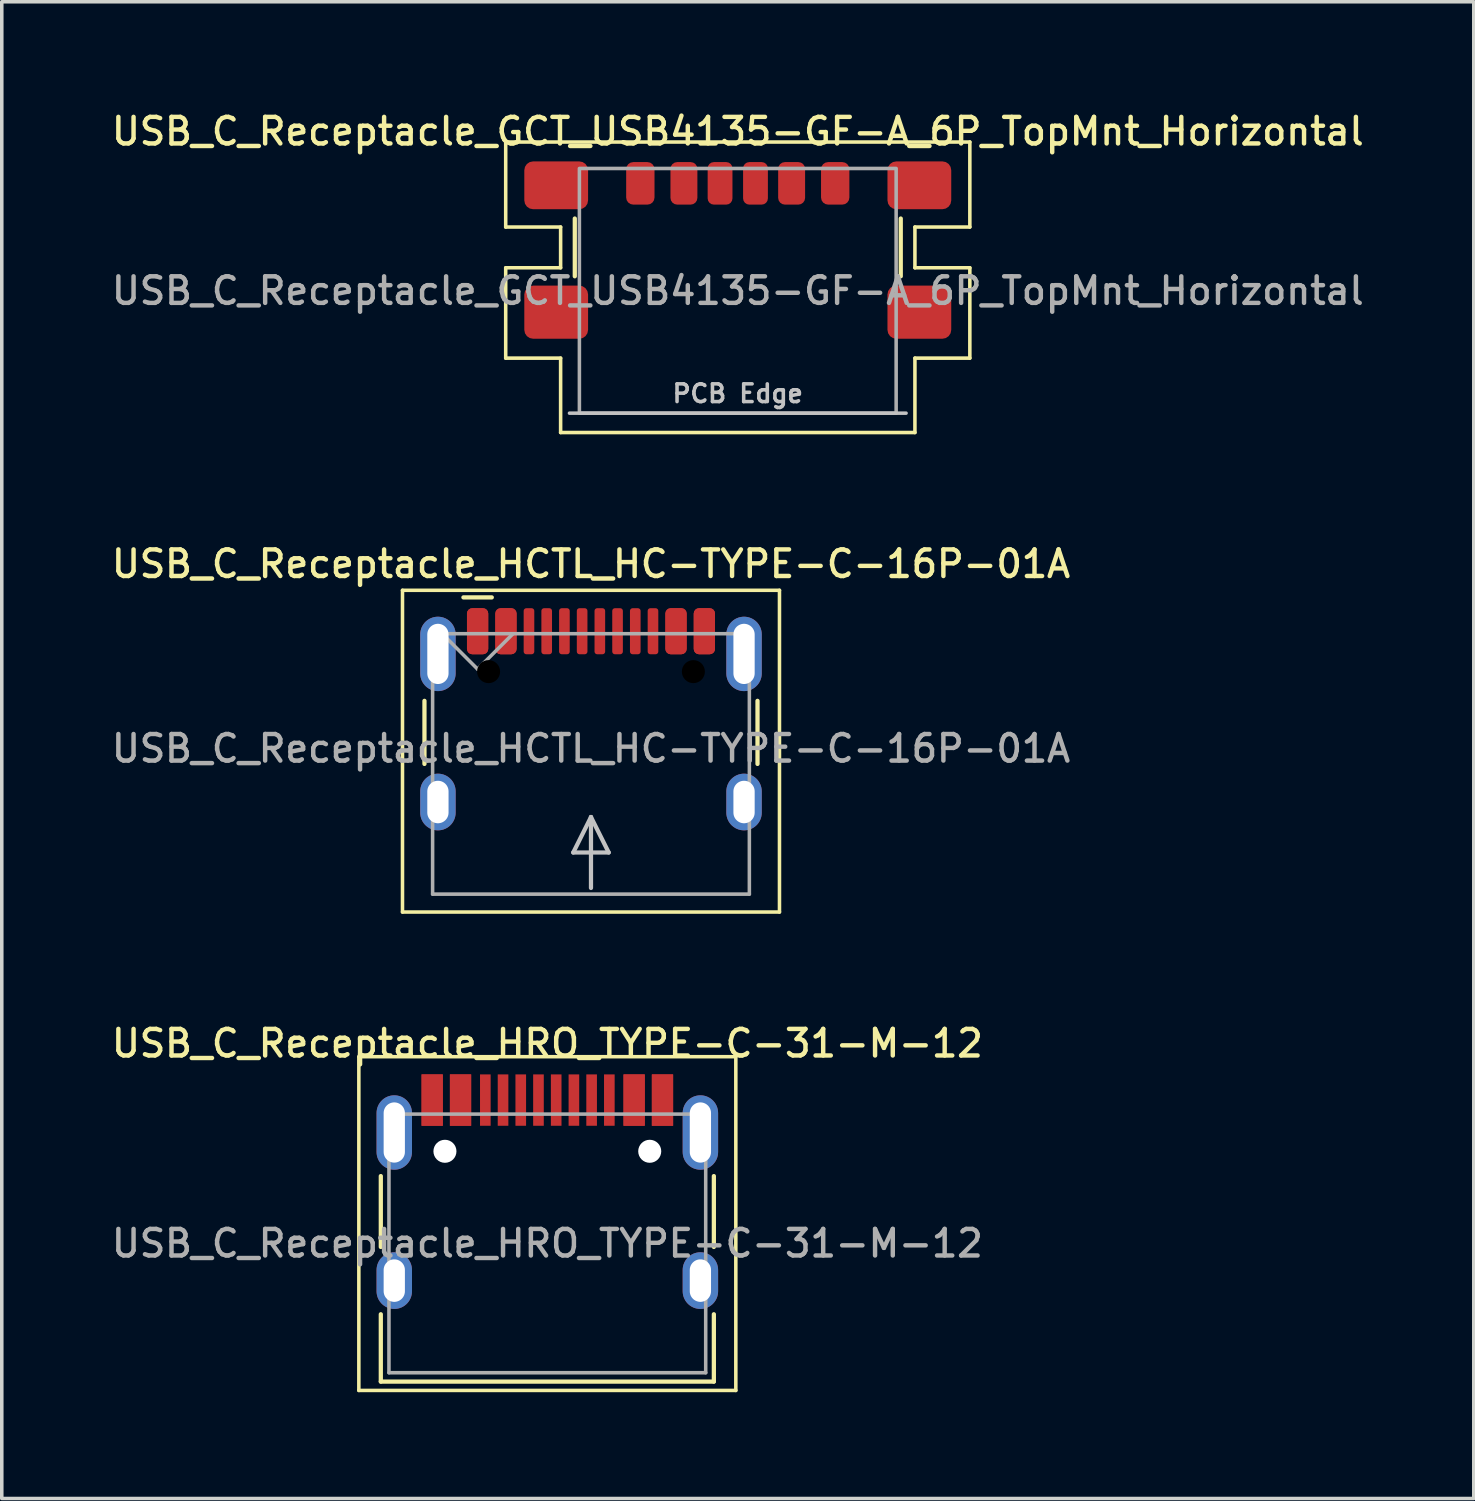
<source format=kicad_pcb>
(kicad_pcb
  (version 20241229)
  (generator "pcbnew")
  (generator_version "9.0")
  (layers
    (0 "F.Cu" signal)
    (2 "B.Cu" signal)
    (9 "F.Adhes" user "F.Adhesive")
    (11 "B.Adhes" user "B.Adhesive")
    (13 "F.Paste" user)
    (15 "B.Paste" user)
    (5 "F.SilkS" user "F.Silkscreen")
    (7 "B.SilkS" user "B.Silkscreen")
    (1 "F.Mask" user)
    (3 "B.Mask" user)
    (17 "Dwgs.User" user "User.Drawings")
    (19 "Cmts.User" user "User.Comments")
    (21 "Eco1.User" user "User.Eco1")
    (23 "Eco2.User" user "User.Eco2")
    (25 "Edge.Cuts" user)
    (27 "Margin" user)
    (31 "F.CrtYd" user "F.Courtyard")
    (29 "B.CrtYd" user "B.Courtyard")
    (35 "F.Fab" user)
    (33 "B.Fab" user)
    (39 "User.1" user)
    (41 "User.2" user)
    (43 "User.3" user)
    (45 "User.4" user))
  (footprint "USB_C_Receptacle_HCTL_HC-TYPE-C-16P-01A"
    (layer "F.Cu")
    (at 13.63 18.511)
    (property "Reference" "USB_C_Receptacle_HCTL_HC-TYPE-C-16P-01A" (at 0 -5.645 0) (layer "F.SilkS") (effects (font (size 0.75 0.75) (thickness 0.125))))
    (attr smd)
    (fp_line (start -5.32 -4.9) (end -5.32 4.18) (stroke (width 0.1) (type solid)) (layer "F.SilkS"))
    (fp_line (start -5.32 -4.9) (end 5.32 -4.9) (stroke (width 0.1) (type solid)) (layer "F.SilkS"))
    (fp_line (start -5.32 4.18) (end 5.32 4.18) (stroke (width 0.1) (type solid)) (layer "F.SilkS"))
    (fp_line (start -4.7 -1.78) (end -4.7 0) (stroke (width 0.12) (type solid)) (layer "F.SilkS"))
    (fp_line (start -2.8 -4.7) (end -3.6 -4.7) (stroke (width 0.12) (type default)) (layer "F.SilkS"))
    (fp_line (start 4.7 -1.78) (end 4.7 0) (stroke (width 0.12) (type solid)) (layer "F.SilkS"))
    (fp_line (start 5.32 -4.9) (end 5.32 4.18) (stroke (width 0.1) (type solid)) (layer "F.SilkS"))
    (fp_line (start -0.5 2.5) (end 0 1.5) (stroke (width 0.12) (type default)) (layer "Dwgs.User"))
    (fp_line (start 0 1.5) (end 0.5 2.5) (stroke (width 0.12) (type default)) (layer "Dwgs.User"))
    (fp_line (start 0 3.5) (end 0 1.5) (stroke (width 0.12) (type default)) (layer "Dwgs.User"))
    (fp_line (start 0.5 2.5) (end -0.5 2.5) (stroke (width 0.12) (type default)) (layer "Dwgs.User"))
    (fp_line (start -4.47 -3.675) (end -4.47 3.675) (stroke (width 0.1) (type solid)) (layer "F.Fab"))
    (fp_line (start -4.47 -3.675) (end 4.47 -3.675) (stroke (width 0.1) (type solid)) (layer "F.Fab"))
    (fp_line (start -4.47 3.675) (end 4.47 3.675) (stroke (width 0.1) (type solid)) (layer "F.Fab"))
    (fp_line (start -3.2 -2.675) (end -4.2 -3.675) (stroke (width 0.1) (type default)) (layer "F.Fab"))
    (fp_line (start -3.2 -2.675) (end -2.2 -3.675) (stroke (width 0.1) (type default)) (layer "F.Fab"))
    (fp_line (start 4.47 -3.675) (end 4.47 3.675) (stroke (width 0.1) (type solid)) (layer "F.Fab"))
    (fp_text user "${REFERENCE}" (at 0 -0.435 0) (unlocked yes) (layer "F.Fab") (effects (font (size 0.75 0.75) (thickness 0.125))))
    (pad "" np_thru_hole circle (at -2.89 -2.605) (size 0.65 0.65) (drill 0.65) (layers "*.Mask"))
    (pad "" np_thru_hole circle (at 2.89 -2.605) (size 0.65 0.65) (drill 0.65) (layers "*.Mask"))
    (pad "A1" smd roundrect (at -3.2 -3.745) (size 0.6 1.3) (layers "F.Cu" "F.Mask" "F.Paste") (roundrect_rratio 0.25))
    (pad "A4" smd roundrect (at -2.4 -3.745) (size 0.6 1.3) (layers "F.Cu" "F.Mask" "F.Paste") (roundrect_rratio 0.25))
    (pad "A5" smd roundrect (at -1.25 -3.745) (size 0.3 1.3) (layers "F.Cu" "F.Mask" "F.Paste") (roundrect_rratio 0.25))
    (pad "A6" smd roundrect (at -0.25 -3.745) (size 0.3 1.3) (layers "F.Cu" "F.Mask" "F.Paste") (roundrect_rratio 0.25))
    (pad "A7" smd roundrect (at 0.25 -3.745) (size 0.3 1.3) (layers "F.Cu" "F.Mask" "F.Paste") (roundrect_rratio 0.25))
    (pad "A8" smd roundrect (at 1.25 -3.745) (size 0.3 1.3) (layers "F.Cu" "F.Mask" "F.Paste") (roundrect_rratio 0.25))
    (pad "A9" smd roundrect (at 2.4 -3.745) (size 0.6 1.3) (layers "F.Cu" "F.Mask" "F.Paste") (roundrect_rratio 0.25))
    (pad "A12" smd roundrect (at 3.2 -3.745) (size 0.6 1.3) (layers "F.Cu" "F.Mask" "F.Paste") (roundrect_rratio 0.25))
    (pad "B1" smd roundrect (at 3.2 -3.745) (size 0.6 1.3) (layers "F.Cu" "F.Mask" "F.Paste") (roundrect_rratio 0.25))
    (pad "B4" smd roundrect (at 2.4 -3.745) (size 0.6 1.3) (layers "F.Cu" "F.Mask" "F.Paste") (roundrect_rratio 0.25))
    (pad "B5" smd roundrect (at 1.75 -3.745) (size 0.3 1.3) (layers "F.Cu" "F.Mask" "F.Paste") (roundrect_rratio 0.25))
    (pad "B6" smd roundrect (at 0.75 -3.745) (size 0.3 1.3) (layers "F.Cu" "F.Mask" "F.Paste") (roundrect_rratio 0.25))
    (pad "B7" smd roundrect (at -0.75 -3.745) (size 0.3 1.3) (layers "F.Cu" "F.Mask" "F.Paste") (roundrect_rratio 0.25))
    (pad "B8" smd roundrect (at -1.75 -3.745) (size 0.3 1.3) (layers "F.Cu" "F.Mask" "F.Paste") (roundrect_rratio 0.25))
    (pad "B9" smd roundrect (at -2.4 -3.745) (size 0.6 1.3) (layers "F.Cu" "F.Mask" "F.Paste") (roundrect_rratio 0.25))
    (pad "B12" smd roundrect (at -3.2 -3.745) (size 0.6 1.3) (layers "F.Cu" "F.Mask" "F.Paste") (roundrect_rratio 0.25))
    (pad "S1" thru_hole oval (at -4.32 -3.105) (size 1 2.1) (drill oval 0.6 1.7) (layers "*.Cu" "*.Mask"))
    (pad "S1" thru_hole oval (at -4.32 1.075) (size 1 1.6) (drill oval 0.6 1.2) (layers "*.Cu" "*.Mask"))
    (pad "S1" thru_hole oval (at 4.32 -3.105) (size 1 2.1) (drill oval 0.6 1.7) (layers "*.Cu" "*.Mask"))
    (pad "S1" thru_hole oval (at 4.32 1.075) (size 1 1.6) (drill oval 0.6 1.2) (layers "*.Cu" "*.Mask")))
  (footprint "USB_C_Receptacle_HRO_TYPE-C-31-M-12"
    (layer "F.Cu")
    (at 12.398 32.044)
    (property "Reference" "USB_C_Receptacle_HRO_TYPE-C-31-M-12" (at 0 -5.645 0) (layer "F.SilkS") (effects (font (size 0.75 0.75) (thickness 0.125))))
    (attr smd)
    (fp_line (start -5.32 -5.27) (end -5.32 4.15) (stroke (width 0.1) (type solid)) (layer "F.SilkS"))
    (fp_line (start -5.32 -5.27) (end 5.32 -5.27) (stroke (width 0.1) (type solid)) (layer "F.SilkS"))
    (fp_line (start -5.32 4.15) (end 5.32 4.15) (stroke (width 0.1) (type solid)) (layer "F.SilkS"))
    (fp_line (start -4.7 -1.9) (end -4.7 0.1) (stroke (width 0.12) (type solid)) (layer "F.SilkS"))
    (fp_line (start -4.7 2) (end -4.7 3.9) (stroke (width 0.12) (type solid)) (layer "F.SilkS"))
    (fp_line (start -4.7 3.9) (end 4.7 3.9) (stroke (width 0.12) (type solid)) (layer "F.SilkS"))
    (fp_line (start 4.7 -1.9) (end 4.7 0.1) (stroke (width 0.12) (type solid)) (layer "F.SilkS"))
    (fp_line (start 4.7 2) (end 4.7 3.9) (stroke (width 0.12) (type solid)) (layer "F.SilkS"))
    (fp_line (start 5.32 -5.27) (end 5.32 4.15) (stroke (width 0.1) (type solid)) (layer "F.SilkS"))
    (fp_line (start -4.47 -3.65) (end -4.47 3.65) (stroke (width 0.1) (type solid)) (layer "F.Fab"))
    (fp_line (start -4.47 -3.65) (end 4.47 -3.65) (stroke (width 0.1) (type solid)) (layer "F.Fab"))
    (fp_line (start -4.47 3.65) (end 4.47 3.65) (stroke (width 0.1) (type solid)) (layer "F.Fab"))
    (fp_line (start 4.47 -3.65) (end 4.47 3.65) (stroke (width 0.1) (type solid)) (layer "F.Fab"))
    (fp_text user "${REFERENCE}" (at 0 0 0) (layer "F.Fab") (effects (font (size 0.75 0.75) (thickness 0.125))))
    (pad "" np_thru_hole circle (at -2.89 -2.6) (size 0.65 0.65) (drill 0.65) (layers "*.Cu" "*.Mask"))
    (pad "" np_thru_hole circle (at 2.89 -2.6) (size 0.65 0.65) (drill 0.65) (layers "*.Cu" "*.Mask"))
    (pad "A1" smd rect (at -3.25 -4.045) (size 0.6 1.45) (layers "F.Cu" "F.Mask" "F.Paste"))
    (pad "A4" smd rect (at -2.45 -4.045) (size 0.6 1.45) (layers "F.Cu" "F.Mask" "F.Paste"))
    (pad "A5" smd rect (at -1.25 -4.045) (size 0.3 1.45) (layers "F.Cu" "F.Mask" "F.Paste"))
    (pad "A6" smd rect (at -0.25 -4.045) (size 0.3 1.45) (layers "F.Cu" "F.Mask" "F.Paste"))
    (pad "A7" smd rect (at 0.25 -4.045) (size 0.3 1.45) (layers "F.Cu" "F.Mask" "F.Paste"))
    (pad "A8" smd rect (at 1.25 -4.045) (size 0.3 1.45) (layers "F.Cu" "F.Mask" "F.Paste"))
    (pad "A9" smd rect (at 2.45 -4.045) (size 0.6 1.45) (layers "F.Cu" "F.Mask" "F.Paste"))
    (pad "A12" smd rect (at 3.25 -4.045) (size 0.6 1.45) (layers "F.Cu" "F.Mask" "F.Paste"))
    (pad "B1" smd rect (at 3.25 -4.045) (size 0.6 1.45) (layers "F.Cu" "F.Mask" "F.Paste"))
    (pad "B4" smd rect (at 2.45 -4.045) (size 0.6 1.45) (layers "F.Cu" "F.Mask" "F.Paste"))
    (pad "B5" smd rect (at 1.75 -4.045) (size 0.3 1.45) (layers "F.Cu" "F.Mask" "F.Paste"))
    (pad "B6" smd rect (at 0.75 -4.045) (size 0.3 1.45) (layers "F.Cu" "F.Mask" "F.Paste"))
    (pad "B7" smd rect (at -0.75 -4.045) (size 0.3 1.45) (layers "F.Cu" "F.Mask" "F.Paste"))
    (pad "B8" smd rect (at -1.75 -4.045) (size 0.3 1.45) (layers "F.Cu" "F.Mask" "F.Paste"))
    (pad "B9" smd rect (at -2.45 -4.045) (size 0.6 1.45) (layers "F.Cu" "F.Mask" "F.Paste"))
    (pad "B12" smd rect (at -3.25 -4.045) (size 0.6 1.45) (layers "F.Cu" "F.Mask" "F.Paste"))
    (pad "S1" thru_hole oval (at -4.32 -3.13) (size 1 2.1) (drill oval 0.6 1.7) (layers "*.Cu" "*.Mask"))
    (pad "S1" thru_hole oval (at -4.32 1.05) (size 1 1.6) (drill oval 0.6 1.2) (layers "*.Cu" "*.Mask"))
    (pad "S1" thru_hole oval (at 4.32 -3.13) (size 1 2.1) (drill oval 0.6 1.7) (layers "*.Cu" "*.Mask"))
    (pad "S1" thru_hole oval (at 4.32 1.05) (size 1 1.6) (drill oval 0.6 1.2) (layers "*.Cu" "*.Mask")))
  (footprint "USB_C_Receptacle_GCT_USB4135-GF-A_6P_TopMnt_Horizontal"
    (layer "F.Cu")
    (at 17.773 5.158)
    (property "Reference" "USB_C_Receptacle_GCT_USB4135-GF-A_6P_TopMnt_Horizontal" (at 0 -4.5 0) (unlocked yes) (layer "F.SilkS") (effects (font (size 0.75 0.75) (thickness 0.125))))
    (attr smd)
    (fp_line (start -6.55 -4.2) (end -6.55 -1.8) (stroke (width 0.1) (type solid)) (layer "F.SilkS"))
    (fp_line (start -6.55 -1.8) (end -5 -1.8) (stroke (width 0.1) (type solid)) (layer "F.SilkS"))
    (fp_line (start -6.55 -0.65) (end -6.55 1.9) (stroke (width 0.1) (type solid)) (layer "F.SilkS"))
    (fp_line (start -5 -1.8) (end -5 -0.65) (stroke (width 0.1) (type solid)) (layer "F.SilkS"))
    (fp_line (start -5 -0.65) (end -6.55 -0.65) (stroke (width 0.1) (type solid)) (layer "F.SilkS"))
    (fp_line (start -5 1.9) (end -6.55 1.9) (stroke (width 0.1) (type solid)) (layer "F.SilkS"))
    (fp_line (start -5 1.9) (end -5 4) (stroke (width 0.1) (type solid)) (layer "F.SilkS"))
    (fp_line (start -5 4) (end 5 4) (stroke (width 0.1) (type solid)) (layer "F.SilkS"))
    (fp_line (start -4.6 -2.04) (end -4.6 -0.41) (stroke (width 0.12) (type solid)) (layer "F.SilkS"))
    (fp_line (start 4.6 -2.04) (end 4.6 -0.41) (stroke (width 0.12) (type solid)) (layer "F.SilkS"))
    (fp_line (start 5 -1.8) (end 5 -0.65) (stroke (width 0.1) (type solid)) (layer "F.SilkS"))
    (fp_line (start 5 -1.8) (end 6.55 -1.8) (stroke (width 0.1) (type solid)) (layer "F.SilkS"))
    (fp_line (start 5 1.9) (end 5 4) (stroke (width 0.1) (type solid)) (layer "F.SilkS"))
    (fp_line (start 6.55 -4.2) (end -6.55 -4.2) (stroke (width 0.1) (type solid)) (layer "F.SilkS"))
    (fp_line (start 6.55 -4.2) (end 6.55 -1.8) (stroke (width 0.1) (type solid)) (layer "F.SilkS"))
    (fp_line (start 6.55 -0.65) (end 5 -0.65) (stroke (width 0.1) (type solid)) (layer "F.SilkS"))
    (fp_line (start 6.55 -0.65) (end 6.55 1.9) (stroke (width 0.1) (type solid)) (layer "F.SilkS"))
    (fp_line (start 6.55 1.9) (end 5 1.9) (stroke (width 0.1) (type solid)) (layer "F.SilkS"))
    (fp_line (start -4.75 3.453) (end 4.75 3.453) (stroke (width 0.1) (type solid)) (layer "Dwgs.User"))
    (fp_rect (start -4.47 -3.453) (end 4.47 3.453) (stroke (width 0.1) (type solid)) (fill no) (layer "F.Fab"))
    (fp_text user "PCB Edge" (at 0 2.9 0) (unlocked yes) (layer "Dwgs.User") (effects (font (size 0.5 0.5) (thickness 0.1))))
    (fp_text user "${REFERENCE}" (at 0 0 0) (unlocked yes) (layer "F.Fab") (effects (font (size 0.75 0.75) (thickness 0.125))))
    (pad "A5" smd roundrect (at -0.5 -3.033) (size 0.7 1.2) (layers "F.Cu" "F.Mask" "F.Paste") (roundrect_rratio 0.25))
    (pad "A9" smd roundrect (at 1.52 -3.033 180) (size 0.76 1.2) (layers "F.Cu" "F.Mask" "F.Paste") (roundrect_rratio 0.25))
    (pad "A12" smd roundrect (at 2.75 -3.033 180) (size 0.8 1.2) (layers "F.Cu" "F.Mask" "F.Paste") (roundrect_rratio 0.25))
    (pad "B5" smd roundrect (at 0.5 -3.033 180) (size 0.7 1.2) (layers "F.Cu" "F.Mask" "F.Paste") (roundrect_rratio 0.25))
    (pad "B9" smd roundrect (at -1.52 -3.033) (size 0.76 1.2) (layers "F.Cu" "F.Mask" "F.Paste") (roundrect_rratio 0.25))
    (pad "B12" smd roundrect (at -2.75 -3.033) (size 0.8 1.2) (layers "F.Cu" "F.Mask" "F.Paste") (roundrect_rratio 0.25))
    (pad "S1" smd roundrect (at -5.125 -2.978) (size 1.8 1.35) (layers "F.Cu" "F.Mask" "F.Paste") (roundrect_rratio 0.185))
    (pad "S1" smd roundrect (at -5.125 0.603) (size 1.8 1.5) (layers "F.Cu" "F.Mask" "F.Paste") (roundrect_rratio 0.167))
    (pad "S1" smd roundrect (at 5.125 -2.978) (size 1.8 1.35) (layers "F.Cu" "F.Mask" "F.Paste") (roundrect_rratio 0.185))
    (pad "S1" smd roundrect (at 5.125 0.603) (size 1.8 1.5) (layers "F.Cu" "F.Mask" "F.Paste") (roundrect_rratio 0.167)))
  (gr_rect
    (start -3 -3)
    (end 38.546 39.244)
    (stroke (width 0.1) (type default))
    (fill no)
    (layer "Edge.Cuts")))
</source>
